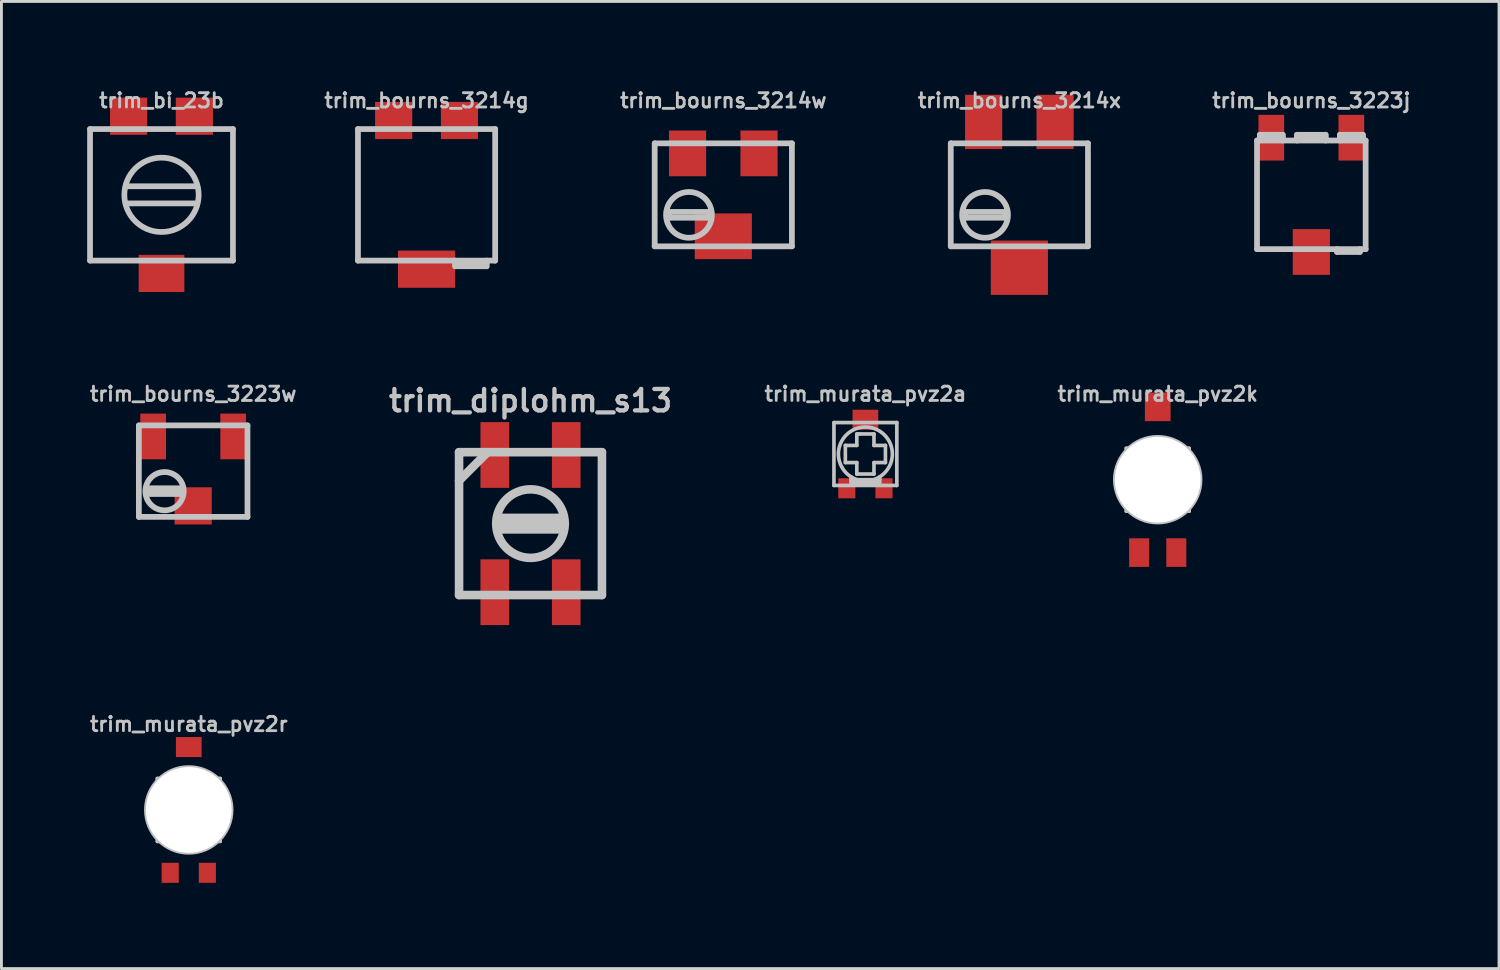
<source format=kicad_pcb>
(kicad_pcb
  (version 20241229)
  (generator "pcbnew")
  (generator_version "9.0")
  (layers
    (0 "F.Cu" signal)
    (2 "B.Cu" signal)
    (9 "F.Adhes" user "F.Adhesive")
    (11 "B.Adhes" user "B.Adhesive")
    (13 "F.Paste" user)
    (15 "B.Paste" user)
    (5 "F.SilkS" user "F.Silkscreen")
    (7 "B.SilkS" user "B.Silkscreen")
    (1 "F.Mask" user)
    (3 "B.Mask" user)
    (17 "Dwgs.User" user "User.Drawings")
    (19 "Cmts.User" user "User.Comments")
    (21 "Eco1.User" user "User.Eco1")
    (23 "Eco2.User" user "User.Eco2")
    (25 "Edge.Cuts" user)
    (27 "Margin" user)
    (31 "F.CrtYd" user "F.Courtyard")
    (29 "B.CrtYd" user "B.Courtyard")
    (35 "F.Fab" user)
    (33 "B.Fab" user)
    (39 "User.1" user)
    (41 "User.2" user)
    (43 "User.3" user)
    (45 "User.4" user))
  (footprint "trim_bourns_3223j"
    (layer "F.Cu")
    (at 42.826 3.766)
    (property "Reference" "trim_bourns_3223j" (at 0 -3.299 0) (layer "Dwgs.User") (effects (font (size 0.5 0.5) (thickness 0.099))))
    (attr through_hole)
    (fp_line (start -1.9 -1.9) (end 1.9 -1.9) (stroke (width 0.201) (type solid)) (layer "Dwgs.User"))
    (fp_line (start -1.9 1.9) (end -1.9 -1.9) (stroke (width 0.201) (type solid)) (layer "Dwgs.User"))
    (fp_line (start -1.801 -2.101) (end -1.801 -1.999) (stroke (width 0.201) (type solid)) (layer "Dwgs.User"))
    (fp_line (start -1.801 -1.999) (end -1.001 -1.999) (stroke (width 0.201) (type solid)) (layer "Dwgs.User"))
    (fp_line (start -1.801 -1.9) (end -1.801 -1.999) (stroke (width 0.201) (type solid)) (layer "Dwgs.User"))
    (fp_line (start -1.001 -2.101) (end -1.801 -2.101) (stroke (width 0.201) (type solid)) (layer "Dwgs.User"))
    (fp_line (start -1.001 -1.999) (end -1.001 -2.101) (stroke (width 0.201) (type solid)) (layer "Dwgs.User"))
    (fp_line (start -1.001 -1.999) (end -1.001 -1.9) (stroke (width 0.201) (type solid)) (layer "Dwgs.User"))
    (fp_line (start -0.5 -2.101) (end -0.5 -1.999) (stroke (width 0.201) (type solid)) (layer "Dwgs.User"))
    (fp_line (start -0.5 -1.999) (end 0.5 -1.999) (stroke (width 0.201) (type solid)) (layer "Dwgs.User"))
    (fp_line (start -0.5 -1.9) (end -0.5 -1.999) (stroke (width 0.201) (type solid)) (layer "Dwgs.User"))
    (fp_line (start 0.5 -2.101) (end -0.5 -2.101) (stroke (width 0.201) (type solid)) (layer "Dwgs.User"))
    (fp_line (start 0.5 -1.999) (end 0.5 -2.101) (stroke (width 0.201) (type solid)) (layer "Dwgs.User"))
    (fp_line (start 0.5 -1.999) (end 0.5 -1.9) (stroke (width 0.201) (type solid)) (layer "Dwgs.User"))
    (fp_line (start 0.899 1.9) (end 0.899 1.999) (stroke (width 0.201) (type solid)) (layer "Dwgs.User"))
    (fp_line (start 0.899 1.999) (end 1.699 1.999) (stroke (width 0.201) (type solid)) (layer "Dwgs.User"))
    (fp_line (start 1.001 -2.101) (end 1.001 -1.999) (stroke (width 0.201) (type solid)) (layer "Dwgs.User"))
    (fp_line (start 1.001 -1.999) (end 1.801 -1.999) (stroke (width 0.201) (type solid)) (layer "Dwgs.User"))
    (fp_line (start 1.001 -1.9) (end 1.001 -1.999) (stroke (width 0.201) (type solid)) (layer "Dwgs.User"))
    (fp_line (start 1.699 1.999) (end 1.699 1.9) (stroke (width 0.201) (type solid)) (layer "Dwgs.User"))
    (fp_line (start 1.801 -2.101) (end 1.001 -2.101) (stroke (width 0.201) (type solid)) (layer "Dwgs.User"))
    (fp_line (start 1.801 -1.999) (end 1.801 -2.101) (stroke (width 0.201) (type solid)) (layer "Dwgs.User"))
    (fp_line (start 1.801 -1.999) (end 1.801 -1.9) (stroke (width 0.201) (type solid)) (layer "Dwgs.User"))
    (fp_line (start 1.9 -1.9) (end 1.9 1.9) (stroke (width 0.201) (type solid)) (layer "Dwgs.User"))
    (fp_line (start 1.9 1.9) (end -1.9 1.9) (stroke (width 0.201) (type solid)) (layer "Dwgs.User"))
    (pad "1" smd rect (at -1.4 -1.999) (size 0.899 1.6) (layers "F.Cu" "F.Mask" "F.Paste"))
    (pad "2" smd rect (at 0 1.999) (size 1.3 1.6) (layers "F.Cu" "F.Mask" "F.Paste"))
    (pad "3" smd rect (at 1.4 -1.999) (size 0.899 1.6) (layers "F.Cu" "F.Mask" "F.Paste")))
  (footprint "trim_bi_23b"
    (layer "F.Cu")
    (at 2.6 3.766)
    (property "Reference" "trim_bi_23b" (at 0 -3.299 0) (layer "Dwgs.User") (effects (font (size 0.5 0.5) (thickness 0.099))))
    (attr through_hole)
    (fp_line (start -2.5 -2.3) (end -2.5 2.3) (stroke (width 0.201) (type solid)) (layer "Dwgs.User"))
    (fp_line (start -2.5 2.3) (end 2.5 2.3) (stroke (width 0.201) (type solid)) (layer "Dwgs.User"))
    (fp_line (start -1.2 -0.3) (end 1.2 -0.3) (stroke (width 0.2) (type solid)) (layer "Dwgs.User"))
    (fp_line (start 1.2 0.3) (end -1.2 0.3) (stroke (width 0.2) (type solid)) (layer "Dwgs.User"))
    (fp_line (start 2.5 -2.3) (end -2.5 -2.3) (stroke (width 0.201) (type solid)) (layer "Dwgs.User"))
    (fp_line (start 2.5 2.3) (end 2.5 -2.3) (stroke (width 0.2) (type solid)) (layer "Dwgs.User"))
    (fp_circle (center 0 0) (end -1.3 0) (stroke (width 0.2) (type solid)) (fill no) (layer "Dwgs.User"))
    (pad "1" smd rect (at 1.15 -2.75) (size 1.3 1.3) (layers "F.Cu" "F.Mask" "F.Paste"))
    (pad "2" smd rect (at 0 2.75) (size 1.6 1.3) (layers "F.Cu" "F.Mask" "F.Paste"))
    (pad "3" smd rect (at -1.15 -2.75) (size 1.3 1.3) (layers "F.Cu" "F.Mask" "F.Paste")))
  (footprint "trim_diplohm_s13"
    (layer "F.Cu")
    (at 15.509 15.268)
    (property "Reference" "trim_diplohm_s13" (at 0 -4.3 0) (layer "Dwgs.User") (effects (font (size 0.749 0.749) (thickness 0.15))))
    (attr through_hole)
    (fp_line (start -2.499 -2.499) (end -2.499 2.499) (stroke (width 0.3) (type solid)) (layer "Dwgs.User"))
    (fp_line (start -2.499 -1.501) (end -1.501 -2.499) (stroke (width 0.3) (type solid)) (layer "Dwgs.User"))
    (fp_line (start -2.499 2.499) (end 2.499 2.499) (stroke (width 0.3) (type solid)) (layer "Dwgs.User"))
    (fp_line (start -1.1 -0.201) (end 1.1 -0.201) (stroke (width 0.3) (type solid)) (layer "Dwgs.User"))
    (fp_line (start 1.1 0.201) (end -1.1 0.201) (stroke (width 0.3) (type solid)) (layer "Dwgs.User"))
    (fp_line (start 1.199 0) (end -1.1 0) (stroke (width 0.3) (type solid)) (layer "Dwgs.User"))
    (fp_line (start 2.499 -2.499) (end -2.499 -2.499) (stroke (width 0.3) (type solid)) (layer "Dwgs.User"))
    (fp_line (start 2.499 2.499) (end 2.499 -2.499) (stroke (width 0.3) (type solid)) (layer "Dwgs.User"))
    (fp_circle (center 0 0) (end -1.199 0) (stroke (width 0.3) (type solid)) (fill no) (layer "Dwgs.User"))
    (pad "1" smd rect (at -1.25 2.4) (size 1.001 2.301) (layers "F.Cu" "F.Mask" "F.Paste"))
    (pad "2" smd rect (at -1.25 -2.4) (size 1.001 2.301) (layers "F.Cu" "F.Mask" "F.Paste"))
    (pad "3" smd rect (at 1.25 -2.4) (size 1.001 2.301) (layers "F.Cu" "F.Mask" "F.Paste"))
    (pad "3" smd rect (at 1.25 2.4) (size 1.001 2.301) (layers "F.Cu" "F.Mask" "F.Paste")))
  (footprint "trim_bourns_3214w"
    (layer "F.Cu")
    (at 22.254 3.766)
    (property "Reference" "trim_bourns_3214w" (at 0 -3.299 0) (layer "Dwgs.User") (effects (font (size 0.5 0.5) (thickness 0.099))))
    (attr through_hole)
    (fp_line (start -2.4 -1.801) (end -2.4 1.801) (stroke (width 0.201) (type solid)) (layer "Dwgs.User"))
    (fp_line (start -2.4 1.801) (end 2.4 1.801) (stroke (width 0.201) (type solid)) (layer "Dwgs.User"))
    (fp_line (start -1.9 0.599) (end -0.5 0.599) (stroke (width 0.201) (type solid)) (layer "Dwgs.User"))
    (fp_line (start -1.9 0.8) (end -1.9 0.599) (stroke (width 0.201) (type solid)) (layer "Dwgs.User"))
    (fp_line (start -0.5 0.599) (end -0.5 0.8) (stroke (width 0.201) (type solid)) (layer "Dwgs.User"))
    (fp_line (start -0.5 0.8) (end -1.9 0.8) (stroke (width 0.201) (type solid)) (layer "Dwgs.User"))
    (fp_line (start 2.4 -1.801) (end -2.4 -1.801) (stroke (width 0.201) (type solid)) (layer "Dwgs.User"))
    (fp_line (start 2.4 1.801) (end 2.4 -1.801) (stroke (width 0.201) (type solid)) (layer "Dwgs.User"))
    (fp_circle (center -1.201 0.701) (end -2.002 0.701) (stroke (width 0.201) (type solid)) (fill no) (layer "Dwgs.User"))
    (pad "1" smd rect (at 1.25 -1.45) (size 1.3 1.6) (layers "F.Cu" "F.Mask" "F.Paste"))
    (pad "2" smd rect (at 0 1.45) (size 1.999 1.6) (layers "F.Cu" "F.Mask" "F.Paste"))
    (pad "3" smd rect (at -1.25 -1.45) (size 1.3 1.6) (layers "F.Cu" "F.Mask" "F.Paste")))
  (footprint "trim_bourns_3214x"
    (layer "F.Cu")
    (at 32.612 3.766)
    (property "Reference" "trim_bourns_3214x" (at 0 -3.299 0) (layer "Dwgs.User") (effects (font (size 0.5 0.5) (thickness 0.099))))
    (attr through_hole)
    (fp_line (start -2.4 -1.801) (end -2.4 1.801) (stroke (width 0.201) (type solid)) (layer "Dwgs.User"))
    (fp_line (start -2.4 1.801) (end 2.4 1.801) (stroke (width 0.201) (type solid)) (layer "Dwgs.User"))
    (fp_line (start -1.9 0.599) (end -0.5 0.599) (stroke (width 0.201) (type solid)) (layer "Dwgs.User"))
    (fp_line (start -1.9 0.8) (end -1.9 0.599) (stroke (width 0.201) (type solid)) (layer "Dwgs.User"))
    (fp_line (start -0.5 0.599) (end -0.5 0.8) (stroke (width 0.201) (type solid)) (layer "Dwgs.User"))
    (fp_line (start -0.5 0.8) (end -1.9 0.8) (stroke (width 0.201) (type solid)) (layer "Dwgs.User"))
    (fp_line (start 2.4 -1.801) (end -2.4 -1.801) (stroke (width 0.201) (type solid)) (layer "Dwgs.User"))
    (fp_line (start 2.4 1.801) (end 2.4 -1.801) (stroke (width 0.201) (type solid)) (layer "Dwgs.User"))
    (fp_circle (center -1.201 0.701) (end -2.002 0.701) (stroke (width 0.201) (type solid)) (fill no) (layer "Dwgs.User"))
    (pad "1" smd rect (at 1.25 -2.55) (size 1.3 1.9) (layers "F.Cu" "F.Mask" "F.Paste"))
    (pad "2" smd rect (at 0 2.55) (size 1.999 1.9) (layers "F.Cu" "F.Mask" "F.Paste"))
    (pad "3" smd rect (at -1.25 -2.55) (size 1.3 1.9) (layers "F.Cu" "F.Mask" "F.Paste")))
  (footprint "trim_murata_pvz2k"
    (layer "F.Cu")
    (at 37.452 13.732)
    (property "Reference" "trim_murata_pvz2k" (at 0 -3 0) (layer "Dwgs.User") (effects (font (size 0.5 0.5) (thickness 0.099))))
    (attr through_hole)
    (fp_line (start -1.1 -1.1) (end 1.1 -1.1) (stroke (width 0.127) (type solid)) (layer "Dwgs.User"))
    (fp_line (start -1.1 1.1) (end -1.1 -1.1) (stroke (width 0.127) (type solid)) (layer "Dwgs.User"))
    (fp_line (start -0.701 -0.3) (end -0.701 0.3) (stroke (width 0.127) (type solid)) (layer "Dwgs.User"))
    (fp_line (start -0.701 0.3) (end -0.3 0.3) (stroke (width 0.127) (type solid)) (layer "Dwgs.User"))
    (fp_line (start -0.5 0.899) (end 0.5 0.899) (stroke (width 0.127) (type solid)) (layer "Dwgs.User"))
    (fp_line (start -0.5 1.001) (end -0.5 0.8) (stroke (width 0.127) (type solid)) (layer "Dwgs.User"))
    (fp_line (start -0.3 -0.701) (end -0.3 -0.3) (stroke (width 0.127) (type solid)) (layer "Dwgs.User"))
    (fp_line (start -0.3 -0.3) (end -0.701 -0.3) (stroke (width 0.127) (type solid)) (layer "Dwgs.User"))
    (fp_line (start -0.3 0.3) (end -0.3 0.701) (stroke (width 0.127) (type solid)) (layer "Dwgs.User"))
    (fp_line (start -0.3 0.701) (end 0.3 0.701) (stroke (width 0.127) (type solid)) (layer "Dwgs.User"))
    (fp_line (start -0.201 -0.701) (end -0.3 -0.701) (stroke (width 0.127) (type solid)) (layer "Dwgs.User"))
    (fp_line (start 0.3 -0.701) (end -0.201 -0.701) (stroke (width 0.127) (type solid)) (layer "Dwgs.User"))
    (fp_line (start 0.3 -0.3) (end 0.3 -0.701) (stroke (width 0.127) (type solid)) (layer "Dwgs.User"))
    (fp_line (start 0.3 0.3) (end 0.701 0.3) (stroke (width 0.127) (type solid)) (layer "Dwgs.User"))
    (fp_line (start 0.3 0.701) (end 0.3 0.3) (stroke (width 0.127) (type solid)) (layer "Dwgs.User"))
    (fp_line (start 0.5 1.001) (end -0.5 1.001) (stroke (width 0.127) (type solid)) (layer "Dwgs.User"))
    (fp_line (start 0.5 1.001) (end 0.5 0.8) (stroke (width 0.127) (type solid)) (layer "Dwgs.User"))
    (fp_line (start 0.701 -0.3) (end 0.3 -0.3) (stroke (width 0.127) (type solid)) (layer "Dwgs.User"))
    (fp_line (start 0.701 0.3) (end 0.701 -0.3) (stroke (width 0.127) (type solid)) (layer "Dwgs.User"))
    (fp_line (start 1.1 -1.1) (end 1.1 1.1) (stroke (width 0.127) (type solid)) (layer "Dwgs.User"))
    (fp_line (start 1.1 1.1) (end -1.1 1.1) (stroke (width 0.127) (type solid)) (layer "Dwgs.User"))
    (fp_circle (center 0 0) (end -1.501 0) (stroke (width 0.127) (type solid)) (fill no) (layer "Dwgs.User"))
    (fp_circle (center 0 0) (end -0.8 0.5) (stroke (width 0.127) (type solid)) (fill no) (layer "Dwgs.User"))
    (pad "" np_thru_hole circle (at 0 0) (size 3 3) (drill 3) (layers "*.Cu" "*.Mask" "F.SilkS"))
    (pad "1" smd rect (at -0.65 2.55) (size 0.701 1.001) (layers "F.Cu" "F.Mask" "F.Paste"))
    (pad "2" smd rect (at 0 -2.55) (size 0.899 1.001) (layers "F.Cu" "F.Mask" "F.Paste"))
    (pad "3" smd rect (at 0.65 2.55) (size 0.701 1.001) (layers "F.Cu" "F.Mask" "F.Paste")))
  (footprint "trim_murata_pvz2a"
    (layer "F.Cu")
    (at 27.225 12.833)
    (property "Reference" "trim_murata_pvz2a" (at 0 -2.101 0) (layer "Dwgs.User") (effects (font (size 0.5 0.5) (thickness 0.099))))
    (attr through_hole)
    (fp_line (start -1.1 -1.1) (end 1.1 -1.1) (stroke (width 0.127) (type solid)) (layer "Dwgs.User"))
    (fp_line (start -1.1 1.1) (end -1.1 -1.1) (stroke (width 0.127) (type solid)) (layer "Dwgs.User"))
    (fp_line (start -0.701 -0.3) (end -0.701 0.3) (stroke (width 0.127) (type solid)) (layer "Dwgs.User"))
    (fp_line (start -0.701 0.3) (end -0.3 0.3) (stroke (width 0.127) (type solid)) (layer "Dwgs.User"))
    (fp_line (start -0.5 0.899) (end 0.5 0.899) (stroke (width 0.127) (type solid)) (layer "Dwgs.User"))
    (fp_line (start -0.5 1.001) (end -0.5 0.8) (stroke (width 0.127) (type solid)) (layer "Dwgs.User"))
    (fp_line (start -0.3 -0.701) (end -0.3 -0.3) (stroke (width 0.127) (type solid)) (layer "Dwgs.User"))
    (fp_line (start -0.3 -0.3) (end -0.701 -0.3) (stroke (width 0.127) (type solid)) (layer "Dwgs.User"))
    (fp_line (start -0.3 0.3) (end -0.3 0.701) (stroke (width 0.127) (type solid)) (layer "Dwgs.User"))
    (fp_line (start -0.3 0.701) (end 0.3 0.701) (stroke (width 0.127) (type solid)) (layer "Dwgs.User"))
    (fp_line (start -0.201 -0.701) (end -0.3 -0.701) (stroke (width 0.127) (type solid)) (layer "Dwgs.User"))
    (fp_line (start 0.3 -0.701) (end -0.201 -0.701) (stroke (width 0.127) (type solid)) (layer "Dwgs.User"))
    (fp_line (start 0.3 -0.3) (end 0.3 -0.701) (stroke (width 0.127) (type solid)) (layer "Dwgs.User"))
    (fp_line (start 0.3 0.3) (end 0.701 0.3) (stroke (width 0.127) (type solid)) (layer "Dwgs.User"))
    (fp_line (start 0.3 0.701) (end 0.3 0.3) (stroke (width 0.127) (type solid)) (layer "Dwgs.User"))
    (fp_line (start 0.5 1.001) (end -0.5 1.001) (stroke (width 0.127) (type solid)) (layer "Dwgs.User"))
    (fp_line (start 0.5 1.001) (end 0.5 0.8) (stroke (width 0.127) (type solid)) (layer "Dwgs.User"))
    (fp_line (start 0.701 -0.3) (end 0.3 -0.3) (stroke (width 0.127) (type solid)) (layer "Dwgs.User"))
    (fp_line (start 0.701 0.3) (end 0.701 -0.3) (stroke (width 0.127) (type solid)) (layer "Dwgs.User"))
    (fp_line (start 1.1 -1.1) (end 1.1 1.1) (stroke (width 0.127) (type solid)) (layer "Dwgs.User"))
    (fp_line (start 1.1 1.1) (end -1.1 1.1) (stroke (width 0.127) (type solid)) (layer "Dwgs.User"))
    (fp_circle (center 0 0) (end -0.8 0.5) (stroke (width 0.127) (type solid)) (fill no) (layer "Dwgs.User"))
    (pad "1" smd rect (at -0.65 1.199) (size 0.599 0.701) (layers "F.Cu" "F.Mask" "F.Paste"))
    (pad "2" smd rect (at 0 -1.199) (size 0.899 0.701) (layers "F.Cu" "F.Mask" "F.Paste"))
    (pad "3" smd rect (at 0.65 1.199) (size 0.599 0.701) (layers "F.Cu" "F.Mask" "F.Paste")))
  (footprint "trim_bourns_3223w"
    (layer "F.Cu")
    (at 3.708 13.433)
    (property "Reference" "trim_bourns_3223w" (at 0 -2.7 0) (layer "Dwgs.User") (effects (font (size 0.5 0.5) (thickness 0.099))))
    (attr through_hole)
    (fp_line (start -1.9 -1.6) (end 1.9 -1.6) (stroke (width 0.201) (type solid)) (layer "Dwgs.User"))
    (fp_line (start -1.9 1.6) (end -1.9 -1.6) (stroke (width 0.201) (type solid)) (layer "Dwgs.User"))
    (fp_line (start -1.6 0.599) (end -1.6 0.8) (stroke (width 0.201) (type solid)) (layer "Dwgs.User"))
    (fp_line (start -1.6 0.701) (end -0.399 0.701) (stroke (width 0.201) (type solid)) (layer "Dwgs.User"))
    (fp_line (start -1.6 0.8) (end -0.399 0.8) (stroke (width 0.201) (type solid)) (layer "Dwgs.User"))
    (fp_line (start -0.399 0.599) (end -1.6 0.599) (stroke (width 0.201) (type solid)) (layer "Dwgs.User"))
    (fp_line (start -0.399 0.701) (end -0.399 0.599) (stroke (width 0.201) (type solid)) (layer "Dwgs.User"))
    (fp_line (start 1.9 -1.6) (end 1.9 1.6) (stroke (width 0.201) (type solid)) (layer "Dwgs.User"))
    (fp_line (start 1.9 1.6) (end -1.9 1.6) (stroke (width 0.201) (type solid)) (layer "Dwgs.User"))
    (fp_circle (center -1.001 0.701) (end -1.6 1.001) (stroke (width 0.201) (type solid)) (fill no) (layer "Dwgs.User"))
    (pad "1" smd rect (at 1.4 -1.214) (size 0.899 1.6) (layers "F.Cu" "F.Mask" "F.Paste"))
    (pad "2" smd rect (at 0 1.214) (size 1.3 1.3) (layers "F.Cu" "F.Mask" "F.Paste"))
    (pad "3" smd rect (at -1.4 -1.214) (size 0.899 1.6) (layers "F.Cu" "F.Mask" "F.Paste")))
  (footprint "trim_bourns_3214g"
    (layer "F.Cu")
    (at 11.873 3.766)
    (property "Reference" "trim_bourns_3214g" (at 0 -3.299 0) (layer "Dwgs.User") (effects (font (size 0.5 0.5) (thickness 0.099))))
    (attr through_hole)
    (fp_line (start -2.4 -2.301) (end -2.4 2.301) (stroke (width 0.201) (type solid)) (layer "Dwgs.User"))
    (fp_line (start -2.4 2.301) (end 2.4 2.301) (stroke (width 0.201) (type solid)) (layer "Dwgs.User"))
    (fp_line (start 1.001 2.301) (end 1.001 2.499) (stroke (width 0.201) (type solid)) (layer "Dwgs.User"))
    (fp_line (start 1.001 2.499) (end 2.101 2.499) (stroke (width 0.201) (type solid)) (layer "Dwgs.User"))
    (fp_line (start 2.101 2.4) (end 1.001 2.4) (stroke (width 0.201) (type solid)) (layer "Dwgs.User"))
    (fp_line (start 2.101 2.499) (end 2.101 2.301) (stroke (width 0.201) (type solid)) (layer "Dwgs.User"))
    (fp_line (start 2.4 -2.301) (end -2.4 -2.301) (stroke (width 0.201) (type solid)) (layer "Dwgs.User"))
    (fp_line (start 2.4 2.301) (end 2.4 -2.301) (stroke (width 0.201) (type solid)) (layer "Dwgs.User"))
    (pad "1" smd rect (at 1.151 -2.601) (size 1.3 1.3) (layers "F.Cu" "F.Mask" "F.Paste"))
    (pad "2" smd rect (at 0 2.601) (size 1.999 1.3) (layers "F.Cu" "F.Mask" "F.Paste"))
    (pad "3" smd rect (at -1.151 -2.601) (size 1.3 1.3) (layers "F.Cu" "F.Mask" "F.Paste")))
  (footprint "trim_murata_pvz2r"
    (layer "F.Cu")
    (at 3.554 25.285)
    (property "Reference" "trim_murata_pvz2r" (at 0 -3 0) (layer "Dwgs.User") (effects (font (size 0.5 0.5) (thickness 0.099))))
    (attr through_hole)
    (fp_line (start -1.1 -1.1) (end 1.1 -1.1) (stroke (width 0.127) (type solid)) (layer "Dwgs.User"))
    (fp_line (start -1.1 1.1) (end -1.1 -1.1) (stroke (width 0.127) (type solid)) (layer "Dwgs.User"))
    (fp_line (start -0.701 -0.3) (end -0.701 0.3) (stroke (width 0.127) (type solid)) (layer "Dwgs.User"))
    (fp_line (start -0.701 0.3) (end -0.3 0.3) (stroke (width 0.127) (type solid)) (layer "Dwgs.User"))
    (fp_line (start -0.5 0.899) (end 0.5 0.899) (stroke (width 0.127) (type solid)) (layer "Dwgs.User"))
    (fp_line (start -0.5 1.001) (end -0.5 0.8) (stroke (width 0.127) (type solid)) (layer "Dwgs.User"))
    (fp_line (start -0.3 -0.701) (end -0.3 -0.3) (stroke (width 0.127) (type solid)) (layer "Dwgs.User"))
    (fp_line (start -0.3 -0.3) (end -0.701 -0.3) (stroke (width 0.127) (type solid)) (layer "Dwgs.User"))
    (fp_line (start -0.3 0.3) (end -0.3 0.701) (stroke (width 0.127) (type solid)) (layer "Dwgs.User"))
    (fp_line (start -0.3 0.701) (end 0.3 0.701) (stroke (width 0.127) (type solid)) (layer "Dwgs.User"))
    (fp_line (start -0.201 -0.701) (end -0.3 -0.701) (stroke (width 0.127) (type solid)) (layer "Dwgs.User"))
    (fp_line (start 0.3 -0.701) (end -0.201 -0.701) (stroke (width 0.127) (type solid)) (layer "Dwgs.User"))
    (fp_line (start 0.3 -0.3) (end 0.3 -0.701) (stroke (width 0.127) (type solid)) (layer "Dwgs.User"))
    (fp_line (start 0.3 0.3) (end 0.701 0.3) (stroke (width 0.127) (type solid)) (layer "Dwgs.User"))
    (fp_line (start 0.3 0.701) (end 0.3 0.3) (stroke (width 0.127) (type solid)) (layer "Dwgs.User"))
    (fp_line (start 0.5 1.001) (end -0.5 1.001) (stroke (width 0.127) (type solid)) (layer "Dwgs.User"))
    (fp_line (start 0.5 1.001) (end 0.5 0.8) (stroke (width 0.127) (type solid)) (layer "Dwgs.User"))
    (fp_line (start 0.701 -0.3) (end 0.3 -0.3) (stroke (width 0.127) (type solid)) (layer "Dwgs.User"))
    (fp_line (start 0.701 0.3) (end 0.701 -0.3) (stroke (width 0.127) (type solid)) (layer "Dwgs.User"))
    (fp_line (start 1.1 -1.1) (end 1.1 1.1) (stroke (width 0.127) (type solid)) (layer "Dwgs.User"))
    (fp_line (start 1.1 1.1) (end -1.1 1.1) (stroke (width 0.127) (type solid)) (layer "Dwgs.User"))
    (fp_circle (center 0 0) (end -1.501 0) (stroke (width 0.127) (type solid)) (fill no) (layer "Dwgs.User"))
    (fp_circle (center 0 0) (end -0.8 0.5) (stroke (width 0.127) (type solid)) (fill no) (layer "Dwgs.User"))
    (pad "" np_thru_hole circle (at 0 0) (size 3 3) (drill 3) (layers "*.Cu" "*.Mask" "F.SilkS"))
    (pad "1" smd rect (at -0.65 2.2) (size 0.599 0.701) (layers "F.Cu" "F.Mask" "F.Paste"))
    (pad "2" smd rect (at 0 -2.2) (size 0.899 0.701) (layers "F.Cu" "F.Mask" "F.Paste"))
    (pad "3" smd rect (at 0.65 2.2) (size 0.599 0.701) (layers "F.Cu" "F.Mask" "F.Paste")))
  (gr_rect
    (start -3 -3)
    (end 49.392 30.835)
    (stroke (width 0.1) (type default))
    (fill no)
    (layer "Edge.Cuts")))
</source>
